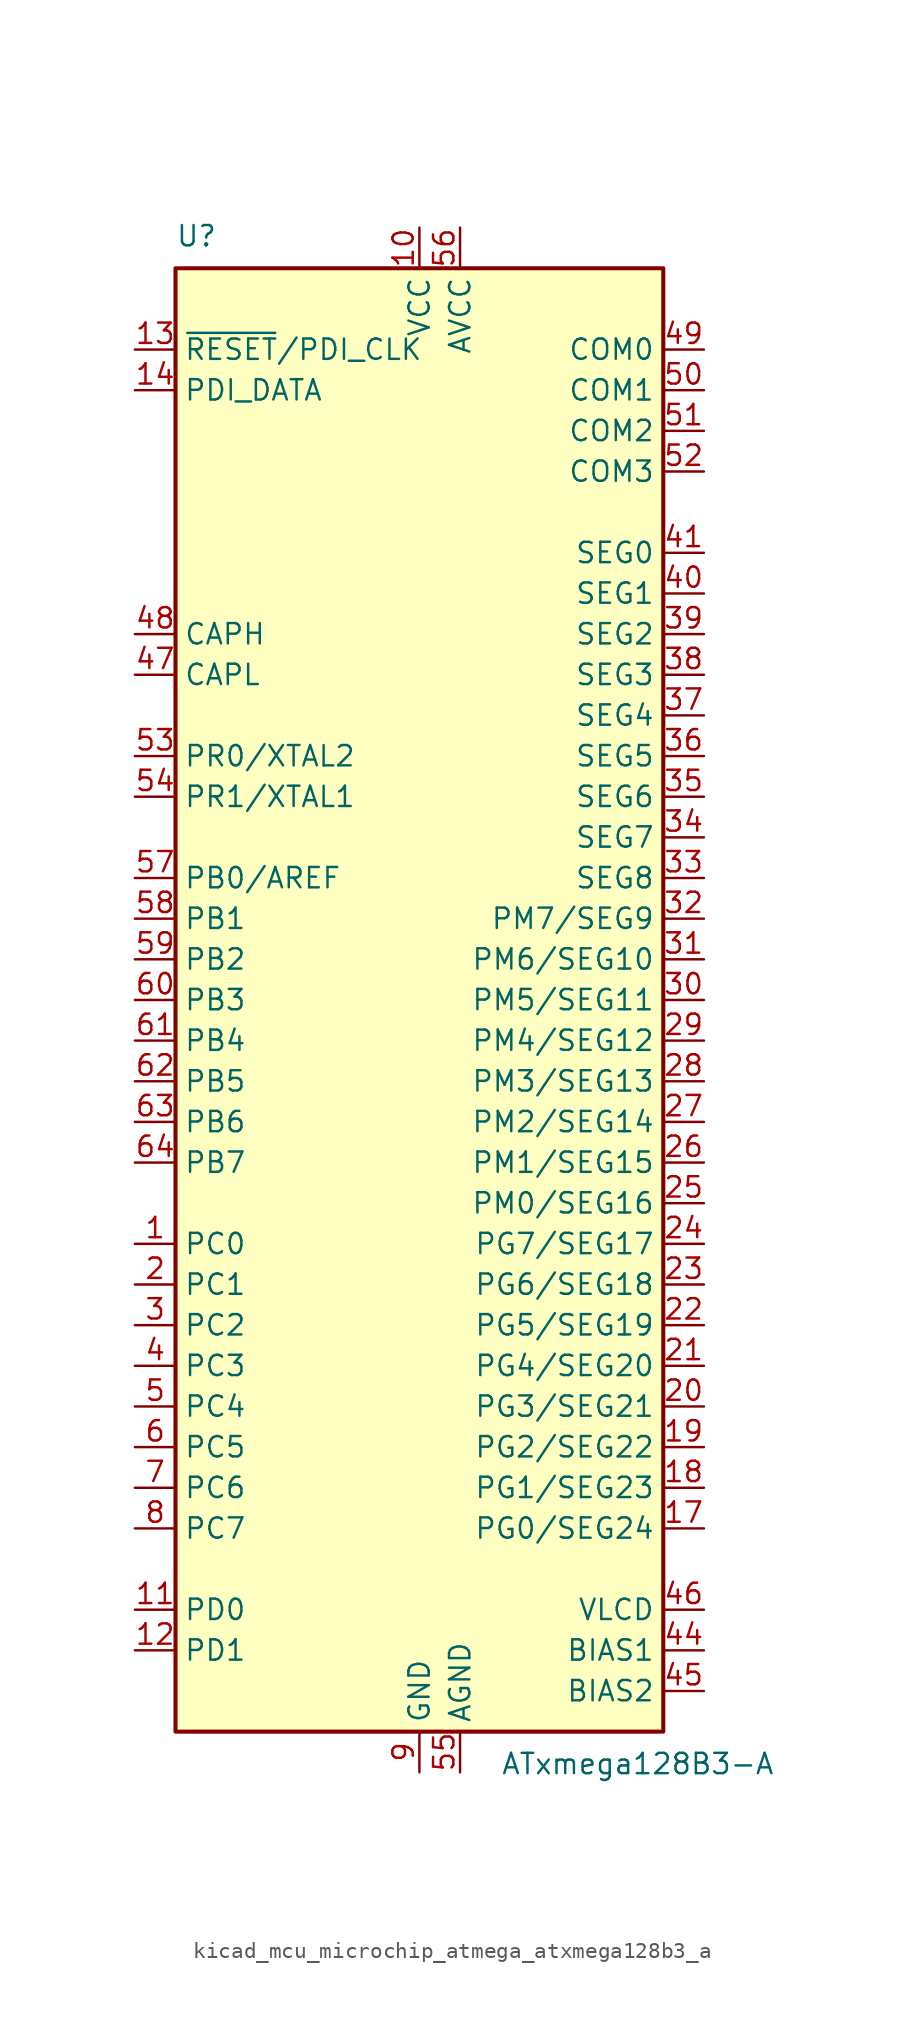
<source format=kicad_sym>
(kicad_symbol_lib
  (version 20220914)
  (generator kicad_symbol_editor)
  (symbol "kicad_mcu_microchip_atmega_atxmega128b3_a"
    (property "Reference" "U"
      (at -15.24 46.99 0)
      (effects (font (size 1.27 1.27)) (justify left bottom)))
    (property "Value" "ATxmega128B3-A"
      (at 5.08 -46.99 0)
      (effects (font (size 1.27 1.27)) (justify left top)))
    (symbol "kicad_mcu_microchip_atmega_atxmega128b3_a_0_1"
      (rectangle (start -15.24 -45.72) (end 15.24 45.72) (stroke (width 0.254) (type default)) (fill (type background))))
    (symbol "kicad_mcu_microchip_atmega_atxmega128b3_a_1_1"
      (pin bidirectional line (at -17.78 -15.24 0) (length 2.54) (name "PC0" (effects (font (size 1.27 1.27)))) (number "1" (effects (font (size 1.27 1.27)))))
      (pin power_in line (at 0 48.26 270) (length 2.54) (name "VCC" (effects (font (size 1.27 1.27)))) (number "10" (effects (font (size 1.27 1.27)))))
      (pin bidirectional line (at -17.78 -38.1 0) (length 2.54) (name "PD0" (effects (font (size 1.27 1.27)))) (number "11" (effects (font (size 1.27 1.27)))))
      (pin bidirectional line (at -17.78 -40.64 0) (length 2.54) (name "PD1" (effects (font (size 1.27 1.27)))) (number "12" (effects (font (size 1.27 1.27)))))
      (pin input line (at -17.78 40.64 0) (length 2.54) (name "~{RESET}/PDI_CLK" (effects (font (size 1.27 1.27)))) (number "13" (effects (font (size 1.27 1.27)))))
      (pin bidirectional line (at -17.78 38.1 0) (length 2.54) (name "PDI_DATA" (effects (font (size 1.27 1.27)))) (number "14" (effects (font (size 1.27 1.27)))))
      (pin passive line (at 0 -48.26 90) (length 2.54) hide (name "GND" (effects (font (size 1.27 1.27)))) (number "15" (effects (font (size 1.27 1.27)))))
      (pin passive line (at 0 48.26 270) (length 2.54) hide (name "VCC" (effects (font (size 1.27 1.27)))) (number "16" (effects (font (size 1.27 1.27)))))
      (pin bidirectional line (at 17.78 -33.02 180) (length 2.54) (name "PG0/SEG24" (effects (font (size 1.27 1.27)))) (number "17" (effects (font (size 1.27 1.27)))))
      (pin bidirectional line (at 17.78 -30.48 180) (length 2.54) (name "PG1/SEG23" (effects (font (size 1.27 1.27)))) (number "18" (effects (font (size 1.27 1.27)))))
      (pin bidirectional line (at 17.78 -27.94 180) (length 2.54) (name "PG2/SEG22" (effects (font (size 1.27 1.27)))) (number "19" (effects (font (size 1.27 1.27)))))
      (pin bidirectional line (at -17.78 -17.78 0) (length 2.54) (name "PC1" (effects (font (size 1.27 1.27)))) (number "2" (effects (font (size 1.27 1.27)))))
      (pin bidirectional line (at 17.78 -25.4 180) (length 2.54) (name "PG3/SEG21" (effects (font (size 1.27 1.27)))) (number "20" (effects (font (size 1.27 1.27)))))
      (pin bidirectional line (at 17.78 -22.86 180) (length 2.54) (name "PG4/SEG20" (effects (font (size 1.27 1.27)))) (number "21" (effects (font (size 1.27 1.27)))))
      (pin bidirectional line (at 17.78 -20.32 180) (length 2.54) (name "PG5/SEG19" (effects (font (size 1.27 1.27)))) (number "22" (effects (font (size 1.27 1.27)))))
      (pin bidirectional line (at 17.78 -17.78 180) (length 2.54) (name "PG6/SEG18" (effects (font (size 1.27 1.27)))) (number "23" (effects (font (size 1.27 1.27)))))
      (pin bidirectional line (at 17.78 -15.24 180) (length 2.54) (name "PG7/SEG17" (effects (font (size 1.27 1.27)))) (number "24" (effects (font (size 1.27 1.27)))))
      (pin bidirectional line (at 17.78 -12.7 180) (length 2.54) (name "PM0/SEG16" (effects (font (size 1.27 1.27)))) (number "25" (effects (font (size 1.27 1.27)))))
      (pin bidirectional line (at 17.78 -10.16 180) (length 2.54) (name "PM1/SEG15" (effects (font (size 1.27 1.27)))) (number "26" (effects (font (size 1.27 1.27)))))
      (pin bidirectional line (at 17.78 -7.62 180) (length 2.54) (name "PM2/SEG14" (effects (font (size 1.27 1.27)))) (number "27" (effects (font (size 1.27 1.27)))))
      (pin bidirectional line (at 17.78 -5.08 180) (length 2.54) (name "PM3/SEG13" (effects (font (size 1.27 1.27)))) (number "28" (effects (font (size 1.27 1.27)))))
      (pin bidirectional line (at 17.78 -2.54 180) (length 2.54) (name "PM4/SEG12" (effects (font (size 1.27 1.27)))) (number "29" (effects (font (size 1.27 1.27)))))
      (pin bidirectional line (at -17.78 -20.32 0) (length 2.54) (name "PC2" (effects (font (size 1.27 1.27)))) (number "3" (effects (font (size 1.27 1.27)))))
      (pin bidirectional line (at 17.78 0 180) (length 2.54) (name "PM5/SEG11" (effects (font (size 1.27 1.27)))) (number "30" (effects (font (size 1.27 1.27)))))
      (pin bidirectional line (at 17.78 2.54 180) (length 2.54) (name "PM6/SEG10" (effects (font (size 1.27 1.27)))) (number "31" (effects (font (size 1.27 1.27)))))
      (pin bidirectional line (at 17.78 5.08 180) (length 2.54) (name "PM7/SEG9" (effects (font (size 1.27 1.27)))) (number "32" (effects (font (size 1.27 1.27)))))
      (pin output line (at 17.78 7.62 180) (length 2.54) (name "SEG8" (effects (font (size 1.27 1.27)))) (number "33" (effects (font (size 1.27 1.27)))))
      (pin output line (at 17.78 10.16 180) (length 2.54) (name "SEG7" (effects (font (size 1.27 1.27)))) (number "34" (effects (font (size 1.27 1.27)))))
      (pin output line (at 17.78 12.7 180) (length 2.54) (name "SEG6" (effects (font (size 1.27 1.27)))) (number "35" (effects (font (size 1.27 1.27)))))
      (pin output line (at 17.78 15.24 180) (length 2.54) (name "SEG5" (effects (font (size 1.27 1.27)))) (number "36" (effects (font (size 1.27 1.27)))))
      (pin output line (at 17.78 17.78 180) (length 2.54) (name "SEG4" (effects (font (size 1.27 1.27)))) (number "37" (effects (font (size 1.27 1.27)))))
      (pin output line (at 17.78 20.32 180) (length 2.54) (name "SEG3" (effects (font (size 1.27 1.27)))) (number "38" (effects (font (size 1.27 1.27)))))
      (pin output line (at 17.78 22.86 180) (length 2.54) (name "SEG2" (effects (font (size 1.27 1.27)))) (number "39" (effects (font (size 1.27 1.27)))))
      (pin bidirectional line (at -17.78 -22.86 0) (length 2.54) (name "PC3" (effects (font (size 1.27 1.27)))) (number "4" (effects (font (size 1.27 1.27)))))
      (pin output line (at 17.78 25.4 180) (length 2.54) (name "SEG1" (effects (font (size 1.27 1.27)))) (number "40" (effects (font (size 1.27 1.27)))))
      (pin output line (at 17.78 27.94 180) (length 2.54) (name "SEG0" (effects (font (size 1.27 1.27)))) (number "41" (effects (font (size 1.27 1.27)))))
      (pin passive line (at 0 -48.26 90) (length 2.54) hide (name "GND" (effects (font (size 1.27 1.27)))) (number "42" (effects (font (size 1.27 1.27)))))
      (pin passive line (at 0 48.26 270) (length 2.54) hide (name "VCC" (effects (font (size 1.27 1.27)))) (number "43" (effects (font (size 1.27 1.27)))))
      (pin power_out line (at 17.78 -40.64 180) (length 2.54) (name "BIAS1" (effects (font (size 1.27 1.27)))) (number "44" (effects (font (size 1.27 1.27)))))
      (pin power_out line (at 17.78 -43.18 180) (length 2.54) (name "BIAS2" (effects (font (size 1.27 1.27)))) (number "45" (effects (font (size 1.27 1.27)))))
      (pin power_out line (at 17.78 -38.1 180) (length 2.54) (name "VLCD" (effects (font (size 1.27 1.27)))) (number "46" (effects (font (size 1.27 1.27)))))
      (pin passive line (at -17.78 20.32 0) (length 2.54) (name "CAPL" (effects (font (size 1.27 1.27)))) (number "47" (effects (font (size 1.27 1.27)))))
      (pin passive line (at -17.78 22.86 0) (length 2.54) (name "CAPH" (effects (font (size 1.27 1.27)))) (number "48" (effects (font (size 1.27 1.27)))))
      (pin output line (at 17.78 40.64 180) (length 2.54) (name "COM0" (effects (font (size 1.27 1.27)))) (number "49" (effects (font (size 1.27 1.27)))))
      (pin bidirectional line (at -17.78 -25.4 0) (length 2.54) (name "PC4" (effects (font (size 1.27 1.27)))) (number "5" (effects (font (size 1.27 1.27)))))
      (pin output line (at 17.78 38.1 180) (length 2.54) (name "COM1" (effects (font (size 1.27 1.27)))) (number "50" (effects (font (size 1.27 1.27)))))
      (pin output line (at 17.78 35.56 180) (length 2.54) (name "COM2" (effects (font (size 1.27 1.27)))) (number "51" (effects (font (size 1.27 1.27)))))
      (pin output line (at 17.78 33.02 180) (length 2.54) (name "COM3" (effects (font (size 1.27 1.27)))) (number "52" (effects (font (size 1.27 1.27)))))
      (pin bidirectional line (at -17.78 15.24 0) (length 2.54) (name "PR0/XTAL2" (effects (font (size 1.27 1.27)))) (number "53" (effects (font (size 1.27 1.27)))))
      (pin bidirectional line (at -17.78 12.7 0) (length 2.54) (name "PR1/XTAL1" (effects (font (size 1.27 1.27)))) (number "54" (effects (font (size 1.27 1.27)))))
      (pin power_in line (at 2.54 -48.26 90) (length 2.54) (name "AGND" (effects (font (size 1.27 1.27)))) (number "55" (effects (font (size 1.27 1.27)))))
      (pin power_in line (at 2.54 48.26 270) (length 2.54) (name "AVCC" (effects (font (size 1.27 1.27)))) (number "56" (effects (font (size 1.27 1.27)))))
      (pin bidirectional line (at -17.78 7.62 0) (length 2.54) (name "PB0/AREF" (effects (font (size 1.27 1.27)))) (number "57" (effects (font (size 1.27 1.27)))))
      (pin bidirectional line (at -17.78 5.08 0) (length 2.54) (name "PB1" (effects (font (size 1.27 1.27)))) (number "58" (effects (font (size 1.27 1.27)))))
      (pin bidirectional line (at -17.78 2.54 0) (length 2.54) (name "PB2" (effects (font (size 1.27 1.27)))) (number "59" (effects (font (size 1.27 1.27)))))
      (pin bidirectional line (at -17.78 -27.94 0) (length 2.54) (name "PC5" (effects (font (size 1.27 1.27)))) (number "6" (effects (font (size 1.27 1.27)))))
      (pin bidirectional line (at -17.78 0 0) (length 2.54) (name "PB3" (effects (font (size 1.27 1.27)))) (number "60" (effects (font (size 1.27 1.27)))))
      (pin bidirectional line (at -17.78 -2.54 0) (length 2.54) (name "PB4" (effects (font (size 1.27 1.27)))) (number "61" (effects (font (size 1.27 1.27)))))
      (pin bidirectional line (at -17.78 -5.08 0) (length 2.54) (name "PB5" (effects (font (size 1.27 1.27)))) (number "62" (effects (font (size 1.27 1.27)))))
      (pin bidirectional line (at -17.78 -7.62 0) (length 2.54) (name "PB6" (effects (font (size 1.27 1.27)))) (number "63" (effects (font (size 1.27 1.27)))))
      (pin bidirectional line (at -17.78 -10.16 0) (length 2.54) (name "PB7" (effects (font (size 1.27 1.27)))) (number "64" (effects (font (size 1.27 1.27)))))
      (pin bidirectional line (at -17.78 -30.48 0) (length 2.54) (name "PC6" (effects (font (size 1.27 1.27)))) (number "7" (effects (font (size 1.27 1.27)))))
      (pin bidirectional line (at -17.78 -33.02 0) (length 2.54) (name "PC7" (effects (font (size 1.27 1.27)))) (number "8" (effects (font (size 1.27 1.27)))))
      (pin power_in line (at 0 -48.26 90) (length 2.54) (name "GND" (effects (font (size 1.27 1.27)))) (number "9" (effects (font (size 1.27 1.27))))))))
</source>
